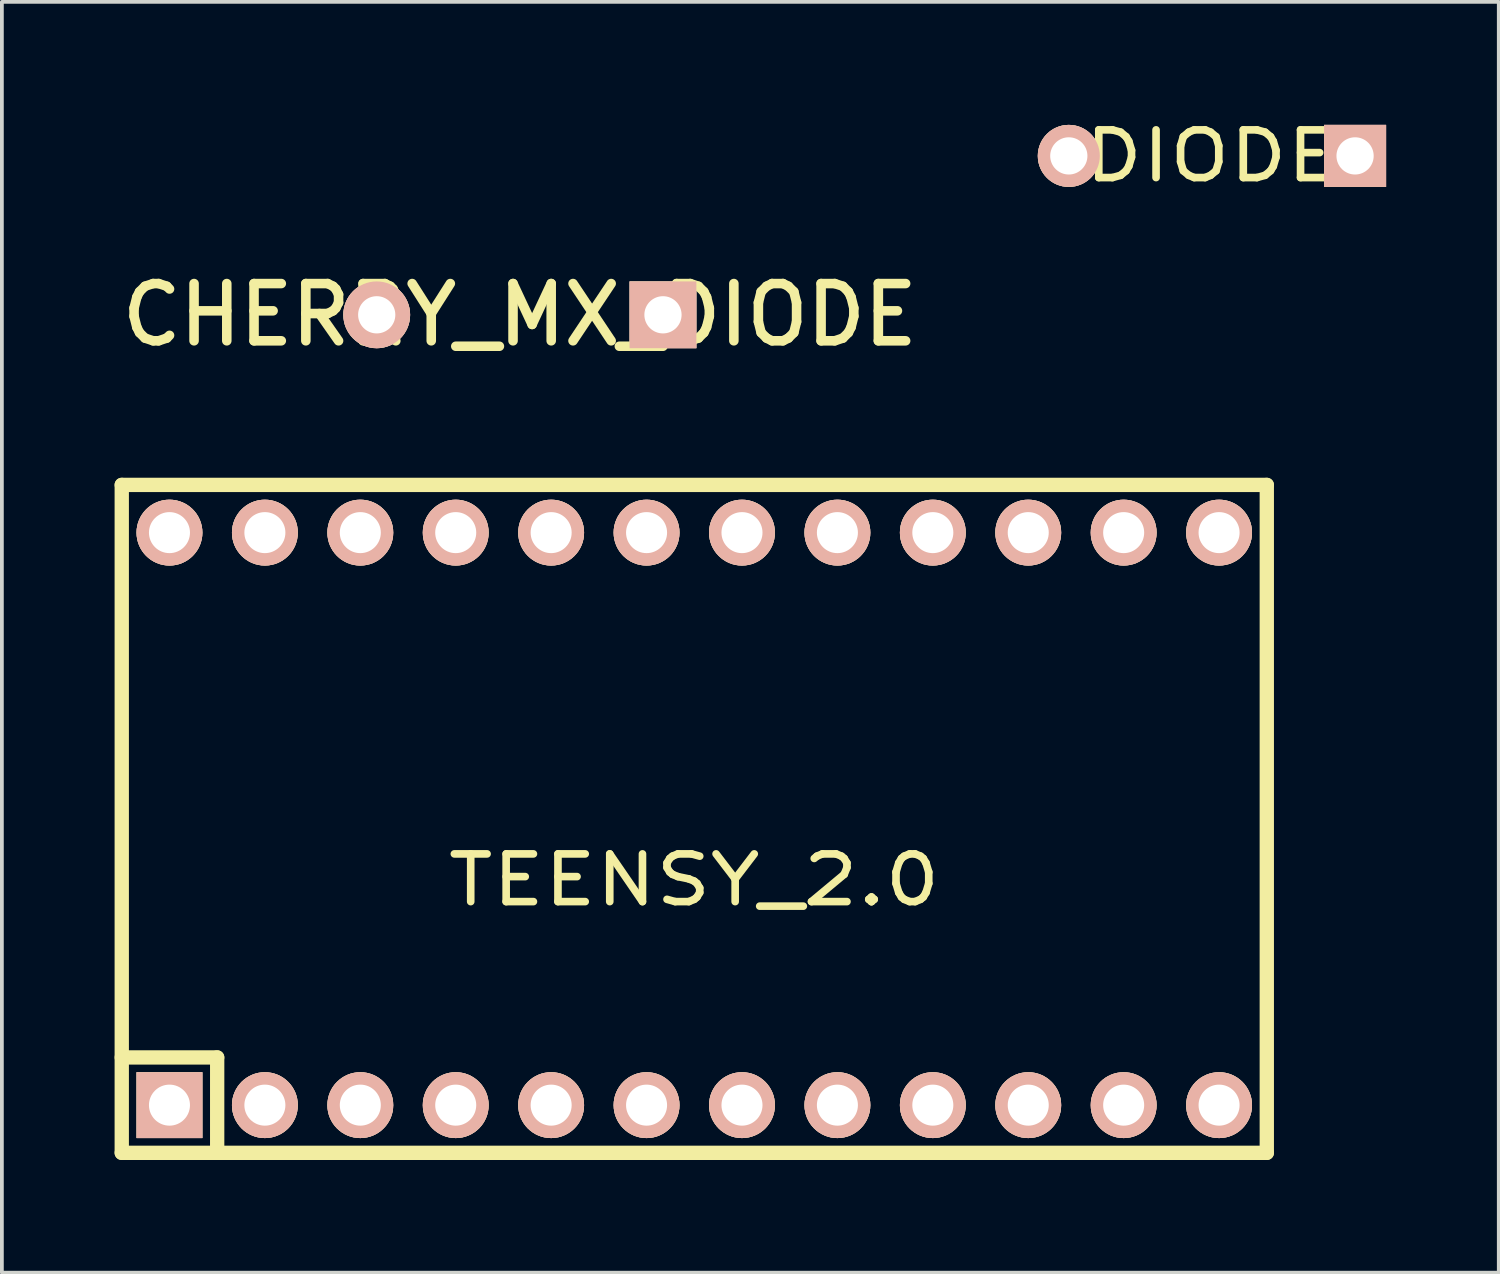
<source format=kicad_pcb>
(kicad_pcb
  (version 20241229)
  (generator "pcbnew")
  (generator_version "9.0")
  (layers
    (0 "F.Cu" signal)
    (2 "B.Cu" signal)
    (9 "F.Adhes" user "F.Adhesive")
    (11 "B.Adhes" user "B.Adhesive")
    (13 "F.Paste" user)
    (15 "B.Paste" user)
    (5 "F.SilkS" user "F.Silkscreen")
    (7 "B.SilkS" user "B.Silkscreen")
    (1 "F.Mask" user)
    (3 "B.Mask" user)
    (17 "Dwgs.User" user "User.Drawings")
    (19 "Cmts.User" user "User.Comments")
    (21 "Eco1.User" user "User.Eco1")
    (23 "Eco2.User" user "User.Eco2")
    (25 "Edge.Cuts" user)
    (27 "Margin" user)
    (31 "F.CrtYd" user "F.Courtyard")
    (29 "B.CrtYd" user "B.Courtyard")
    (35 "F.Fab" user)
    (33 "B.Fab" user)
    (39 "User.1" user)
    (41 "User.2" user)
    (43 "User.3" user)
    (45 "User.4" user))
  (footprint "TEENSY_2.0"
    (layer "F.Cu")
    (at 15.431 18.748)
    (property "Reference" "TEENSY_2.0" (at 0 1.625 0) (layer "F.SilkS") (effects (font (size 1.27 1.524) (thickness 0.203))))
    (attr through_hole)
    (fp_line (start -15.24 -8.89) (end -15.24 8.89) (stroke (width 0.381) (type solid)) (layer "F.SilkS"))
    (fp_line (start -15.24 6.35) (end -12.7 6.35) (stroke (width 0.381) (type solid)) (layer "F.SilkS"))
    (fp_line (start -15.24 8.89) (end 15.24 8.89) (stroke (width 0.381) (type solid)) (layer "F.SilkS"))
    (fp_line (start -12.7 6.35) (end -12.7 8.89) (stroke (width 0.381) (type solid)) (layer "F.SilkS"))
    (fp_line (start 15.24 -8.89) (end -15.24 -8.89) (stroke (width 0.381) (type solid)) (layer "F.SilkS"))
    (fp_line (start 15.24 8.89) (end 15.24 -8.89) (stroke (width 0.381) (type solid)) (layer "F.SilkS"))
    (pad "1" thru_hole rect (at -13.97 7.62) (size 1.753 1.753) (drill 1.092) (layers "*.Cu" "*.SilkS" "*.Mask"))
    (pad "2" thru_hole circle (at -11.43 7.62) (size 1.753 1.753) (drill 1.092) (layers "*.Cu" "*.SilkS" "*.Mask"))
    (pad "3" thru_hole circle (at -8.89 7.62) (size 1.753 1.753) (drill 1.092) (layers "*.Cu" "*.SilkS" "*.Mask"))
    (pad "4" thru_hole circle (at -6.35 7.62) (size 1.753 1.753) (drill 1.092) (layers "*.Cu" "*.SilkS" "*.Mask"))
    (pad "5" thru_hole circle (at -3.81 7.62) (size 1.753 1.753) (drill 1.092) (layers "*.Cu" "*.SilkS" "*.Mask"))
    (pad "6" thru_hole circle (at -1.27 7.62) (size 1.753 1.753) (drill 1.092) (layers "*.Cu" "*.SilkS" "*.Mask"))
    (pad "7" thru_hole circle (at 1.27 7.62) (size 1.753 1.753) (drill 1.092) (layers "*.Cu" "*.SilkS" "*.Mask"))
    (pad "8" thru_hole circle (at 3.81 7.62) (size 1.753 1.753) (drill 1.092) (layers "*.Cu" "*.SilkS" "*.Mask"))
    (pad "9" thru_hole circle (at 6.35 7.62) (size 1.753 1.753) (drill 1.092) (layers "*.Cu" "*.SilkS" "*.Mask"))
    (pad "10" thru_hole circle (at 8.89 7.62) (size 1.753 1.753) (drill 1.092) (layers "*.Cu" "*.SilkS" "*.Mask"))
    (pad "11" thru_hole circle (at 11.43 7.62) (size 1.753 1.753) (drill 1.092) (layers "*.Cu" "*.SilkS" "*.Mask"))
    (pad "12" thru_hole circle (at 13.97 7.62) (size 1.753 1.753) (drill 1.092) (layers "*.Cu" "*.SilkS" "*.Mask"))
    (pad "18" thru_hole circle (at 13.97 -7.62) (size 1.753 1.753) (drill 1.092) (layers "*.Cu" "*.SilkS" "*.Mask"))
    (pad "19" thru_hole circle (at 11.43 -7.62) (size 1.753 1.753) (drill 1.092) (layers "*.Cu" "*.SilkS" "*.Mask"))
    (pad "20" thru_hole circle (at 8.89 -7.62) (size 1.753 1.753) (drill 1.092) (layers "*.Cu" "*.SilkS" "*.Mask"))
    (pad "21" thru_hole circle (at 6.35 -7.62) (size 1.753 1.753) (drill 1.092) (layers "*.Cu" "*.SilkS" "*.Mask"))
    (pad "22" thru_hole circle (at 3.81 -7.62) (size 1.753 1.753) (drill 1.092) (layers "*.Cu" "*.SilkS" "*.Mask"))
    (pad "23" thru_hole circle (at 1.27 -7.62) (size 1.753 1.753) (drill 1.092) (layers "*.Cu" "*.SilkS" "*.Mask"))
    (pad "24" thru_hole circle (at -1.27 -7.62) (size 1.753 1.753) (drill 1.092) (layers "*.Cu" "*.SilkS" "*.Mask"))
    (pad "25" thru_hole circle (at -3.81 -7.62) (size 1.753 1.753) (drill 1.092) (layers "*.Cu" "*.SilkS" "*.Mask"))
    (pad "26" thru_hole circle (at -6.35 -7.62) (size 1.753 1.753) (drill 1.092) (layers "*.Cu" "*.SilkS" "*.Mask"))
    (pad "27" thru_hole circle (at -8.89 -7.62) (size 1.753 1.753) (drill 1.092) (layers "*.Cu" "*.SilkS" "*.Mask"))
    (pad "28" thru_hole circle (at -11.43 -7.62) (size 1.753 1.753) (drill 1.092) (layers "*.Cu" "*.SilkS" "*.Mask"))
    (pad "29" thru_hole circle (at -13.97 -7.62) (size 1.753 1.753) (drill 1.092) (layers "*.Cu" "*.SilkS" "*.Mask")))
  (footprint "DIODE"
    (layer "F.Cu")
    (at 29.211 1.1)
    (property "Reference" "DIODE" (at 0 0 0) (layer "F.SilkS") (effects (font (size 1.27 1.524) (thickness 0.203))))
    (attr through_hole)
    (pad "1" thru_hole circle (at -3.81 0) (size 1.651 1.651) (drill 0.991) (layers "*.Cu" "*.SilkS" "*.Mask"))
    (pad "2" thru_hole rect (at 3.81 0) (size 1.651 1.651) (drill 0.991) (layers "*.Cu" "*.SilkS" "*.Mask")))
  (footprint "CHERRY_MX_DIODE"
    (layer "F.Cu")
    (at 10.788 0.25)
    (property "Reference" "CHERRY_MX_DIODE" (at 0 5.08 0) (layer "F.SilkS") (effects (font (size 1.524 1.524) (thickness 0.254))))
    (attr through_hole)
    (pad "1" thru_hole circle (at -3.81 5.08) (size 1.778 1.778) (drill 0.991) (layers "*.Cu" "*.SilkS" "*.Mask"))
    (pad "2" thru_hole rect (at 3.81 5.08) (size 1.778 1.778) (drill 0.991) (layers "*.Cu" "*.SilkS" "*.Mask")))
  (gr_rect
    (start -3 -3)
    (end 36.846 30.828)
    (stroke (width 0.1) (type default))
    (fill no)
    (layer "Edge.Cuts")))
</source>
